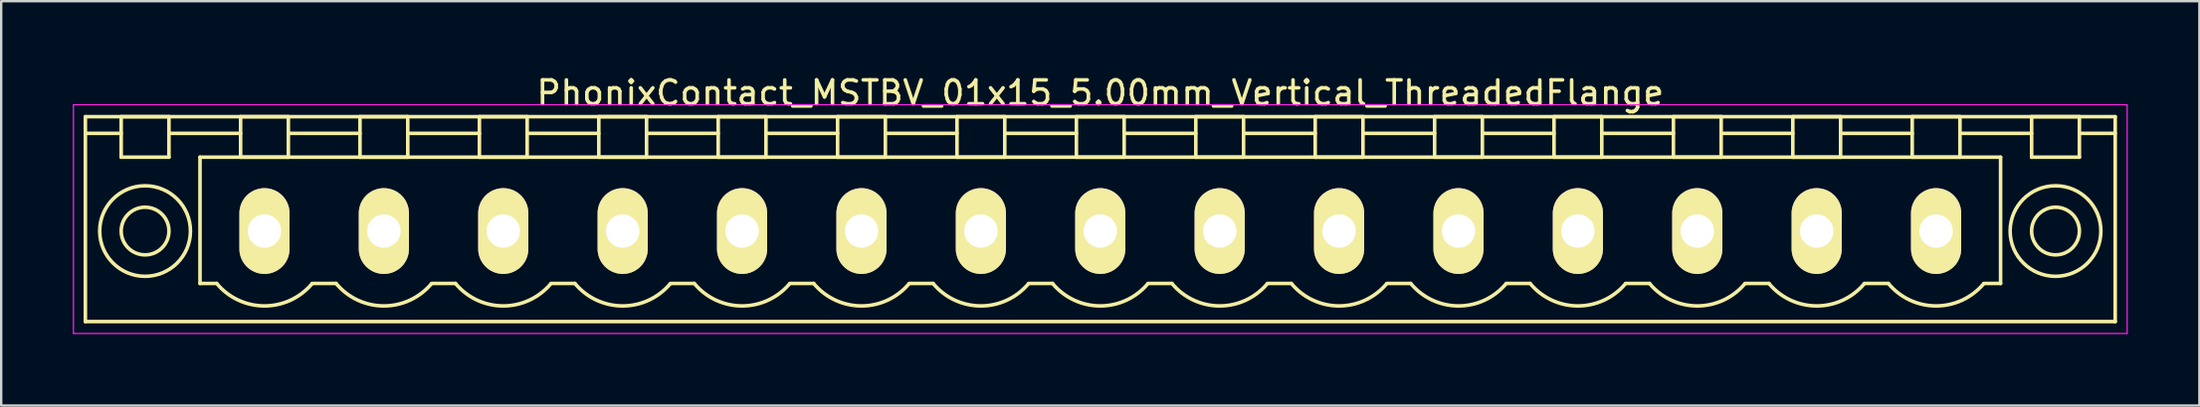
<source format=kicad_pcb>
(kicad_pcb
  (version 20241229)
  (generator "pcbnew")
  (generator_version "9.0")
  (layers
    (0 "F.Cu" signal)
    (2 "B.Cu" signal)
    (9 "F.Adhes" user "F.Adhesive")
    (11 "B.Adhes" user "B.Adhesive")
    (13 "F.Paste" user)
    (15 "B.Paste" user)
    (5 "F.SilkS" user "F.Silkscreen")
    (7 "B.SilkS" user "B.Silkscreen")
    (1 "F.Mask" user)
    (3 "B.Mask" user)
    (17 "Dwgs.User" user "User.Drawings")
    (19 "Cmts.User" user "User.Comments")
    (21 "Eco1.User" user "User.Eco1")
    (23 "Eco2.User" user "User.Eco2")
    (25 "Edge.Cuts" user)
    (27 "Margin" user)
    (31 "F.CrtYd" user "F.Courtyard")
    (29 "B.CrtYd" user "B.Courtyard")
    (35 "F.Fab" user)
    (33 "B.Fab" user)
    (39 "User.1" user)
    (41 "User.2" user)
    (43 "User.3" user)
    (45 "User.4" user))
  (footprint "PhonixContact_MSTBV_01x15_5.00mm_Vertical_ThreadedFlange"
    (layer "F.Cu")
    (at 8.025 6.648)
    (property "Reference" "PhonixContact_MSTBV_01x15_5.00mm_Vertical_ThreadedFlange" (at 35 -5.8 0) (layer "F.SilkS") (effects (font (size 1 1) (thickness 0.15))))
    (attr through_hole)
    (fp_line (start -7.5 -4.8) (end -7.5 3.8) (stroke (width 0.15) (type solid)) (layer "F.SilkS"))
    (fp_line (start -7.5 -4.1) (end -6 -4.1) (stroke (width 0.15) (type solid)) (layer "F.SilkS"))
    (fp_line (start -7.5 3.8) (end 77.5 3.8) (stroke (width 0.15) (type solid)) (layer "F.SilkS"))
    (fp_line (start -6 -4.8) (end -4 -4.8) (stroke (width 0.15) (type solid)) (layer "F.SilkS"))
    (fp_line (start -6 -3.1) (end -6 -4.8) (stroke (width 0.15) (type solid)) (layer "F.SilkS"))
    (fp_line (start -4 -4.8) (end -4 -3.1) (stroke (width 0.15) (type solid)) (layer "F.SilkS"))
    (fp_line (start -4 -4.1) (end -1 -4.1) (stroke (width 0.15) (type solid)) (layer "F.SilkS"))
    (fp_line (start -4 -3.1) (end -6 -3.1) (stroke (width 0.15) (type solid)) (layer "F.SilkS"))
    (fp_line (start -2.7 -3.1) (end 72.7 -3.1) (stroke (width 0.15) (type solid)) (layer "F.SilkS"))
    (fp_line (start -2.7 2.2) (end -2.7 -3.1) (stroke (width 0.15) (type solid)) (layer "F.SilkS"))
    (fp_line (start -2 2.2) (end -2.7 2.2) (stroke (width 0.15) (type solid)) (layer "F.SilkS"))
    (fp_line (start -1 -4.8) (end 1 -4.8) (stroke (width 0.15) (type solid)) (layer "F.SilkS"))
    (fp_line (start -1 -3.1) (end -1 -4.8) (stroke (width 0.15) (type solid)) (layer "F.SilkS"))
    (fp_line (start 1 -4.8) (end 1 -3.1) (stroke (width 0.15) (type solid)) (layer "F.SilkS"))
    (fp_line (start 1 -4.1) (end 4 -4.1) (stroke (width 0.15) (type solid)) (layer "F.SilkS"))
    (fp_line (start 1 -3.1) (end -1 -3.1) (stroke (width 0.15) (type solid)) (layer "F.SilkS"))
    (fp_line (start 2 2.2) (end 3 2.2) (stroke (width 0.15) (type solid)) (layer "F.SilkS"))
    (fp_line (start 4 -4.8) (end 6 -4.8) (stroke (width 0.15) (type solid)) (layer "F.SilkS"))
    (fp_line (start 4 -3.1) (end 4 -4.8) (stroke (width 0.15) (type solid)) (layer "F.SilkS"))
    (fp_line (start 6 -4.8) (end 6 -3.1) (stroke (width 0.15) (type solid)) (layer "F.SilkS"))
    (fp_line (start 6 -4.1) (end 9 -4.1) (stroke (width 0.15) (type solid)) (layer "F.SilkS"))
    (fp_line (start 6 -3.1) (end 4 -3.1) (stroke (width 0.15) (type solid)) (layer "F.SilkS"))
    (fp_line (start 7 2.2) (end 8 2.2) (stroke (width 0.15) (type solid)) (layer "F.SilkS"))
    (fp_line (start 9 -4.8) (end 11 -4.8) (stroke (width 0.15) (type solid)) (layer "F.SilkS"))
    (fp_line (start 9 -3.1) (end 9 -4.8) (stroke (width 0.15) (type solid)) (layer "F.SilkS"))
    (fp_line (start 11 -4.8) (end 11 -3.1) (stroke (width 0.15) (type solid)) (layer "F.SilkS"))
    (fp_line (start 11 -4.1) (end 14 -4.1) (stroke (width 0.15) (type solid)) (layer "F.SilkS"))
    (fp_line (start 11 -3.1) (end 9 -3.1) (stroke (width 0.15) (type solid)) (layer "F.SilkS"))
    (fp_line (start 12 2.2) (end 13 2.2) (stroke (width 0.15) (type solid)) (layer "F.SilkS"))
    (fp_line (start 14 -4.8) (end 16 -4.8) (stroke (width 0.15) (type solid)) (layer "F.SilkS"))
    (fp_line (start 14 -3.1) (end 14 -4.8) (stroke (width 0.15) (type solid)) (layer "F.SilkS"))
    (fp_line (start 16 -4.8) (end 16 -3.1) (stroke (width 0.15) (type solid)) (layer "F.SilkS"))
    (fp_line (start 16 -4.1) (end 19 -4.1) (stroke (width 0.15) (type solid)) (layer "F.SilkS"))
    (fp_line (start 16 -3.1) (end 14 -3.1) (stroke (width 0.15) (type solid)) (layer "F.SilkS"))
    (fp_line (start 17 2.2) (end 18 2.2) (stroke (width 0.15) (type solid)) (layer "F.SilkS"))
    (fp_line (start 19 -4.8) (end 21 -4.8) (stroke (width 0.15) (type solid)) (layer "F.SilkS"))
    (fp_line (start 19 -3.1) (end 19 -4.8) (stroke (width 0.15) (type solid)) (layer "F.SilkS"))
    (fp_line (start 21 -4.8) (end 21 -3.1) (stroke (width 0.15) (type solid)) (layer "F.SilkS"))
    (fp_line (start 21 -4.1) (end 24 -4.1) (stroke (width 0.15) (type solid)) (layer "F.SilkS"))
    (fp_line (start 21 -3.1) (end 19 -3.1) (stroke (width 0.15) (type solid)) (layer "F.SilkS"))
    (fp_line (start 22 2.2) (end 23 2.2) (stroke (width 0.15) (type solid)) (layer "F.SilkS"))
    (fp_line (start 24 -4.8) (end 26 -4.8) (stroke (width 0.15) (type solid)) (layer "F.SilkS"))
    (fp_line (start 24 -3.1) (end 24 -4.8) (stroke (width 0.15) (type solid)) (layer "F.SilkS"))
    (fp_line (start 26 -4.8) (end 26 -3.1) (stroke (width 0.15) (type solid)) (layer "F.SilkS"))
    (fp_line (start 26 -4.1) (end 29 -4.1) (stroke (width 0.15) (type solid)) (layer "F.SilkS"))
    (fp_line (start 26 -3.1) (end 24 -3.1) (stroke (width 0.15) (type solid)) (layer "F.SilkS"))
    (fp_line (start 27 2.2) (end 28 2.2) (stroke (width 0.15) (type solid)) (layer "F.SilkS"))
    (fp_line (start 29 -4.8) (end 31 -4.8) (stroke (width 0.15) (type solid)) (layer "F.SilkS"))
    (fp_line (start 29 -3.1) (end 29 -4.8) (stroke (width 0.15) (type solid)) (layer "F.SilkS"))
    (fp_line (start 31 -4.8) (end 31 -3.1) (stroke (width 0.15) (type solid)) (layer "F.SilkS"))
    (fp_line (start 31 -4.1) (end 34 -4.1) (stroke (width 0.15) (type solid)) (layer "F.SilkS"))
    (fp_line (start 31 -3.1) (end 29 -3.1) (stroke (width 0.15) (type solid)) (layer "F.SilkS"))
    (fp_line (start 32 2.2) (end 33 2.2) (stroke (width 0.15) (type solid)) (layer "F.SilkS"))
    (fp_line (start 34 -4.8) (end 36 -4.8) (stroke (width 0.15) (type solid)) (layer "F.SilkS"))
    (fp_line (start 34 -3.1) (end 34 -4.8) (stroke (width 0.15) (type solid)) (layer "F.SilkS"))
    (fp_line (start 36 -4.8) (end 36 -3.1) (stroke (width 0.15) (type solid)) (layer "F.SilkS"))
    (fp_line (start 36 -4.1) (end 39 -4.1) (stroke (width 0.15) (type solid)) (layer "F.SilkS"))
    (fp_line (start 36 -3.1) (end 34 -3.1) (stroke (width 0.15) (type solid)) (layer "F.SilkS"))
    (fp_line (start 37 2.2) (end 38 2.2) (stroke (width 0.15) (type solid)) (layer "F.SilkS"))
    (fp_line (start 39 -4.8) (end 41 -4.8) (stroke (width 0.15) (type solid)) (layer "F.SilkS"))
    (fp_line (start 39 -3.1) (end 39 -4.8) (stroke (width 0.15) (type solid)) (layer "F.SilkS"))
    (fp_line (start 41 -4.8) (end 41 -3.1) (stroke (width 0.15) (type solid)) (layer "F.SilkS"))
    (fp_line (start 41 -4.1) (end 44 -4.1) (stroke (width 0.15) (type solid)) (layer "F.SilkS"))
    (fp_line (start 41 -3.1) (end 39 -3.1) (stroke (width 0.15) (type solid)) (layer "F.SilkS"))
    (fp_line (start 42 2.2) (end 43 2.2) (stroke (width 0.15) (type solid)) (layer "F.SilkS"))
    (fp_line (start 44 -4.8) (end 46 -4.8) (stroke (width 0.15) (type solid)) (layer "F.SilkS"))
    (fp_line (start 44 -3.1) (end 44 -4.8) (stroke (width 0.15) (type solid)) (layer "F.SilkS"))
    (fp_line (start 46 -4.8) (end 46 -3.1) (stroke (width 0.15) (type solid)) (layer "F.SilkS"))
    (fp_line (start 46 -4.1) (end 49 -4.1) (stroke (width 0.15) (type solid)) (layer "F.SilkS"))
    (fp_line (start 46 -3.1) (end 44 -3.1) (stroke (width 0.15) (type solid)) (layer "F.SilkS"))
    (fp_line (start 47 2.2) (end 48 2.2) (stroke (width 0.15) (type solid)) (layer "F.SilkS"))
    (fp_line (start 49 -4.8) (end 51 -4.8) (stroke (width 0.15) (type solid)) (layer "F.SilkS"))
    (fp_line (start 49 -3.1) (end 49 -4.8) (stroke (width 0.15) (type solid)) (layer "F.SilkS"))
    (fp_line (start 51 -4.8) (end 51 -3.1) (stroke (width 0.15) (type solid)) (layer "F.SilkS"))
    (fp_line (start 51 -4.1) (end 54 -4.1) (stroke (width 0.15) (type solid)) (layer "F.SilkS"))
    (fp_line (start 51 -3.1) (end 49 -3.1) (stroke (width 0.15) (type solid)) (layer "F.SilkS"))
    (fp_line (start 52 2.2) (end 53 2.2) (stroke (width 0.15) (type solid)) (layer "F.SilkS"))
    (fp_line (start 54 -4.8) (end 56 -4.8) (stroke (width 0.15) (type solid)) (layer "F.SilkS"))
    (fp_line (start 54 -3.1) (end 54 -4.8) (stroke (width 0.15) (type solid)) (layer "F.SilkS"))
    (fp_line (start 56 -4.8) (end 56 -3.1) (stroke (width 0.15) (type solid)) (layer "F.SilkS"))
    (fp_line (start 56 -4.1) (end 59 -4.1) (stroke (width 0.15) (type solid)) (layer "F.SilkS"))
    (fp_line (start 56 -3.1) (end 54 -3.1) (stroke (width 0.15) (type solid)) (layer "F.SilkS"))
    (fp_line (start 57 2.2) (end 58 2.2) (stroke (width 0.15) (type solid)) (layer "F.SilkS"))
    (fp_line (start 59 -4.8) (end 61 -4.8) (stroke (width 0.15) (type solid)) (layer "F.SilkS"))
    (fp_line (start 59 -3.1) (end 59 -4.8) (stroke (width 0.15) (type solid)) (layer "F.SilkS"))
    (fp_line (start 61 -4.8) (end 61 -3.1) (stroke (width 0.15) (type solid)) (layer "F.SilkS"))
    (fp_line (start 61 -4.1) (end 64 -4.1) (stroke (width 0.15) (type solid)) (layer "F.SilkS"))
    (fp_line (start 61 -3.1) (end 59 -3.1) (stroke (width 0.15) (type solid)) (layer "F.SilkS"))
    (fp_line (start 62 2.2) (end 63 2.2) (stroke (width 0.15) (type solid)) (layer "F.SilkS"))
    (fp_line (start 64 -4.8) (end 66 -4.8) (stroke (width 0.15) (type solid)) (layer "F.SilkS"))
    (fp_line (start 64 -3.1) (end 64 -4.8) (stroke (width 0.15) (type solid)) (layer "F.SilkS"))
    (fp_line (start 66 -4.8) (end 66 -3.1) (stroke (width 0.15) (type solid)) (layer "F.SilkS"))
    (fp_line (start 66 -4.1) (end 69 -4.1) (stroke (width 0.15) (type solid)) (layer "F.SilkS"))
    (fp_line (start 66 -3.1) (end 64 -3.1) (stroke (width 0.15) (type solid)) (layer "F.SilkS"))
    (fp_line (start 67 2.2) (end 68 2.2) (stroke (width 0.15) (type solid)) (layer "F.SilkS"))
    (fp_line (start 69 -4.8) (end 71 -4.8) (stroke (width 0.15) (type solid)) (layer "F.SilkS"))
    (fp_line (start 69 -3.1) (end 69 -4.8) (stroke (width 0.15) (type solid)) (layer "F.SilkS"))
    (fp_line (start 71 -4.8) (end 71 -3.1) (stroke (width 0.15) (type solid)) (layer "F.SilkS"))
    (fp_line (start 71 -4.1) (end 74 -4.1) (stroke (width 0.15) (type solid)) (layer "F.SilkS"))
    (fp_line (start 71 -3.1) (end 69 -3.1) (stroke (width 0.15) (type solid)) (layer "F.SilkS"))
    (fp_line (start 72.7 -3.1) (end 72.7 2.2) (stroke (width 0.15) (type solid)) (layer "F.SilkS"))
    (fp_line (start 72.7 2.2) (end 72 2.2) (stroke (width 0.15) (type solid)) (layer "F.SilkS"))
    (fp_line (start 74 -4.8) (end 76 -4.8) (stroke (width 0.15) (type solid)) (layer "F.SilkS"))
    (fp_line (start 74 -3.1) (end 74 -4.8) (stroke (width 0.15) (type solid)) (layer "F.SilkS"))
    (fp_line (start 76 -4.8) (end 76 -3.1) (stroke (width 0.15) (type solid)) (layer "F.SilkS"))
    (fp_line (start 76 -3.1) (end 74 -3.1) (stroke (width 0.15) (type solid)) (layer "F.SilkS"))
    (fp_line (start 77.5 -4.8) (end -7.5 -4.8) (stroke (width 0.15) (type solid)) (layer "F.SilkS"))
    (fp_line (start 77.5 -4.1) (end 76 -4.1) (stroke (width 0.15) (type solid)) (layer "F.SilkS"))
    (fp_line (start 77.5 3.8) (end 77.5 -4.8) (stroke (width 0.15) (type solid)) (layer "F.SilkS"))
    (fp_arc (start 1.986842 2.215821) (mid -0.010289 3.142758) (end -2 2.2) (stroke (width 0.15) (type solid)) (layer "F.SilkS"))
    (fp_arc (start 6.986842 2.215821) (mid 4.989711 3.142758) (end 3 2.2) (stroke (width 0.15) (type solid)) (layer "F.SilkS"))
    (fp_arc (start 11.986842 2.215821) (mid 9.989711 3.142758) (end 8 2.2) (stroke (width 0.15) (type solid)) (layer "F.SilkS"))
    (fp_arc (start 16.986842 2.215821) (mid 14.989711 3.142758) (end 13 2.2) (stroke (width 0.15) (type solid)) (layer "F.SilkS"))
    (fp_arc (start 21.986842 2.215821) (mid 19.989711 3.142758) (end 18 2.2) (stroke (width 0.15) (type solid)) (layer "F.SilkS"))
    (fp_arc (start 26.986842 2.215821) (mid 24.989711 3.142758) (end 23 2.2) (stroke (width 0.15) (type solid)) (layer "F.SilkS"))
    (fp_arc (start 31.986842 2.215821) (mid 29.989711 3.142758) (end 28 2.2) (stroke (width 0.15) (type solid)) (layer "F.SilkS"))
    (fp_arc (start 36.986842 2.215821) (mid 34.989711 3.142758) (end 33 2.2) (stroke (width 0.15) (type solid)) (layer "F.SilkS"))
    (fp_arc (start 41.986842 2.215821) (mid 39.989711 3.142758) (end 38 2.2) (stroke (width 0.15) (type solid)) (layer "F.SilkS"))
    (fp_arc (start 46.986842 2.215821) (mid 44.989711 3.142758) (end 43 2.2) (stroke (width 0.15) (type solid)) (layer "F.SilkS"))
    (fp_arc (start 51.986842 2.215821) (mid 49.989711 3.142758) (end 48 2.2) (stroke (width 0.15) (type solid)) (layer "F.SilkS"))
    (fp_arc (start 56.986842 2.215821) (mid 54.989711 3.142758) (end 53 2.2) (stroke (width 0.15) (type solid)) (layer "F.SilkS"))
    (fp_arc (start 61.986842 2.215821) (mid 59.989711 3.142758) (end 58 2.2) (stroke (width 0.15) (type solid)) (layer "F.SilkS"))
    (fp_arc (start 66.986842 2.215821) (mid 64.989711 3.142758) (end 63 2.2) (stroke (width 0.15) (type solid)) (layer "F.SilkS"))
    (fp_arc (start 71.986842 2.215821) (mid 69.989711 3.142758) (end 68 2.2) (stroke (width 0.15) (type solid)) (layer "F.SilkS"))
    (fp_circle (center -5 0) (end -4 0) (stroke (width 0.15) (type solid)) (fill no) (layer "F.SilkS"))
    (fp_circle (center -5 0) (end -3.1 0) (stroke (width 0.15) (type solid)) (fill no) (layer "F.SilkS"))
    (fp_circle (center 75 0) (end 76 0) (stroke (width 0.15) (type solid)) (fill no) (layer "F.SilkS"))
    (fp_circle (center 75 0) (end 76.9 0) (stroke (width 0.15) (type solid)) (fill no) (layer "F.SilkS"))
    (fp_line (start -8 -5.3) (end -8 4.3) (stroke (width 0.05) (type solid)) (layer "F.CrtYd"))
    (fp_line (start -8 4.3) (end 78 4.3) (stroke (width 0.05) (type solid)) (layer "F.CrtYd"))
    (fp_line (start 78 -5.3) (end -8 -5.3) (stroke (width 0.05) (type solid)) (layer "F.CrtYd"))
    (fp_line (start 78 4.3) (end 78 -5.3) (stroke (width 0.05) (type solid)) (layer "F.CrtYd"))
    (pad "1" thru_hole oval (at 0 0) (size 2.1 3.6) (drill 1.4) (layers "*.Cu" "*.Mask" "F.SilkS"))
    (pad "2" thru_hole oval (at 5 0) (size 2.1 3.6) (drill 1.4) (layers "*.Cu" "*.Mask" "F.SilkS"))
    (pad "3" thru_hole oval (at 10 0) (size 2.1 3.6) (drill 1.4) (layers "*.Cu" "*.Mask" "F.SilkS"))
    (pad "4" thru_hole oval (at 15 0) (size 2.1 3.6) (drill 1.4) (layers "*.Cu" "*.Mask" "F.SilkS"))
    (pad "5" thru_hole oval (at 20 0) (size 2.1 3.6) (drill 1.4) (layers "*.Cu" "*.Mask" "F.SilkS"))
    (pad "6" thru_hole oval (at 25 0) (size 2.1 3.6) (drill 1.4) (layers "*.Cu" "*.Mask" "F.SilkS"))
    (pad "7" thru_hole oval (at 30 0) (size 2.1 3.6) (drill 1.4) (layers "*.Cu" "*.Mask" "F.SilkS"))
    (pad "8" thru_hole oval (at 35 0) (size 2.1 3.6) (drill 1.4) (layers "*.Cu" "*.Mask" "F.SilkS"))
    (pad "9" thru_hole oval (at 40 0) (size 2.1 3.6) (drill 1.4) (layers "*.Cu" "*.Mask" "F.SilkS"))
    (pad "10" thru_hole oval (at 45 0) (size 2.1 3.6) (drill 1.4) (layers "*.Cu" "*.Mask" "F.SilkS"))
    (pad "11" thru_hole oval (at 50 0) (size 2.1 3.6) (drill 1.4) (layers "*.Cu" "*.Mask" "F.SilkS"))
    (pad "12" thru_hole oval (at 55 0) (size 2.1 3.6) (drill 1.4) (layers "*.Cu" "*.Mask" "F.SilkS"))
    (pad "13" thru_hole oval (at 60 0) (size 2.1 3.6) (drill 1.4) (layers "*.Cu" "*.Mask" "F.SilkS"))
    (pad "14" thru_hole oval (at 65 0) (size 2.1 3.6) (drill 1.4) (layers "*.Cu" "*.Mask" "F.SilkS"))
    (pad "15" thru_hole oval (at 70 0) (size 2.1 3.6) (drill 1.4) (layers "*.Cu" "*.Mask" "F.SilkS")))
  (gr_rect
    (start -3 -3)
    (end 89.05 13.973)
    (stroke (width 0.1) (type default))
    (fill no)
    (layer "Edge.Cuts")))
</source>
